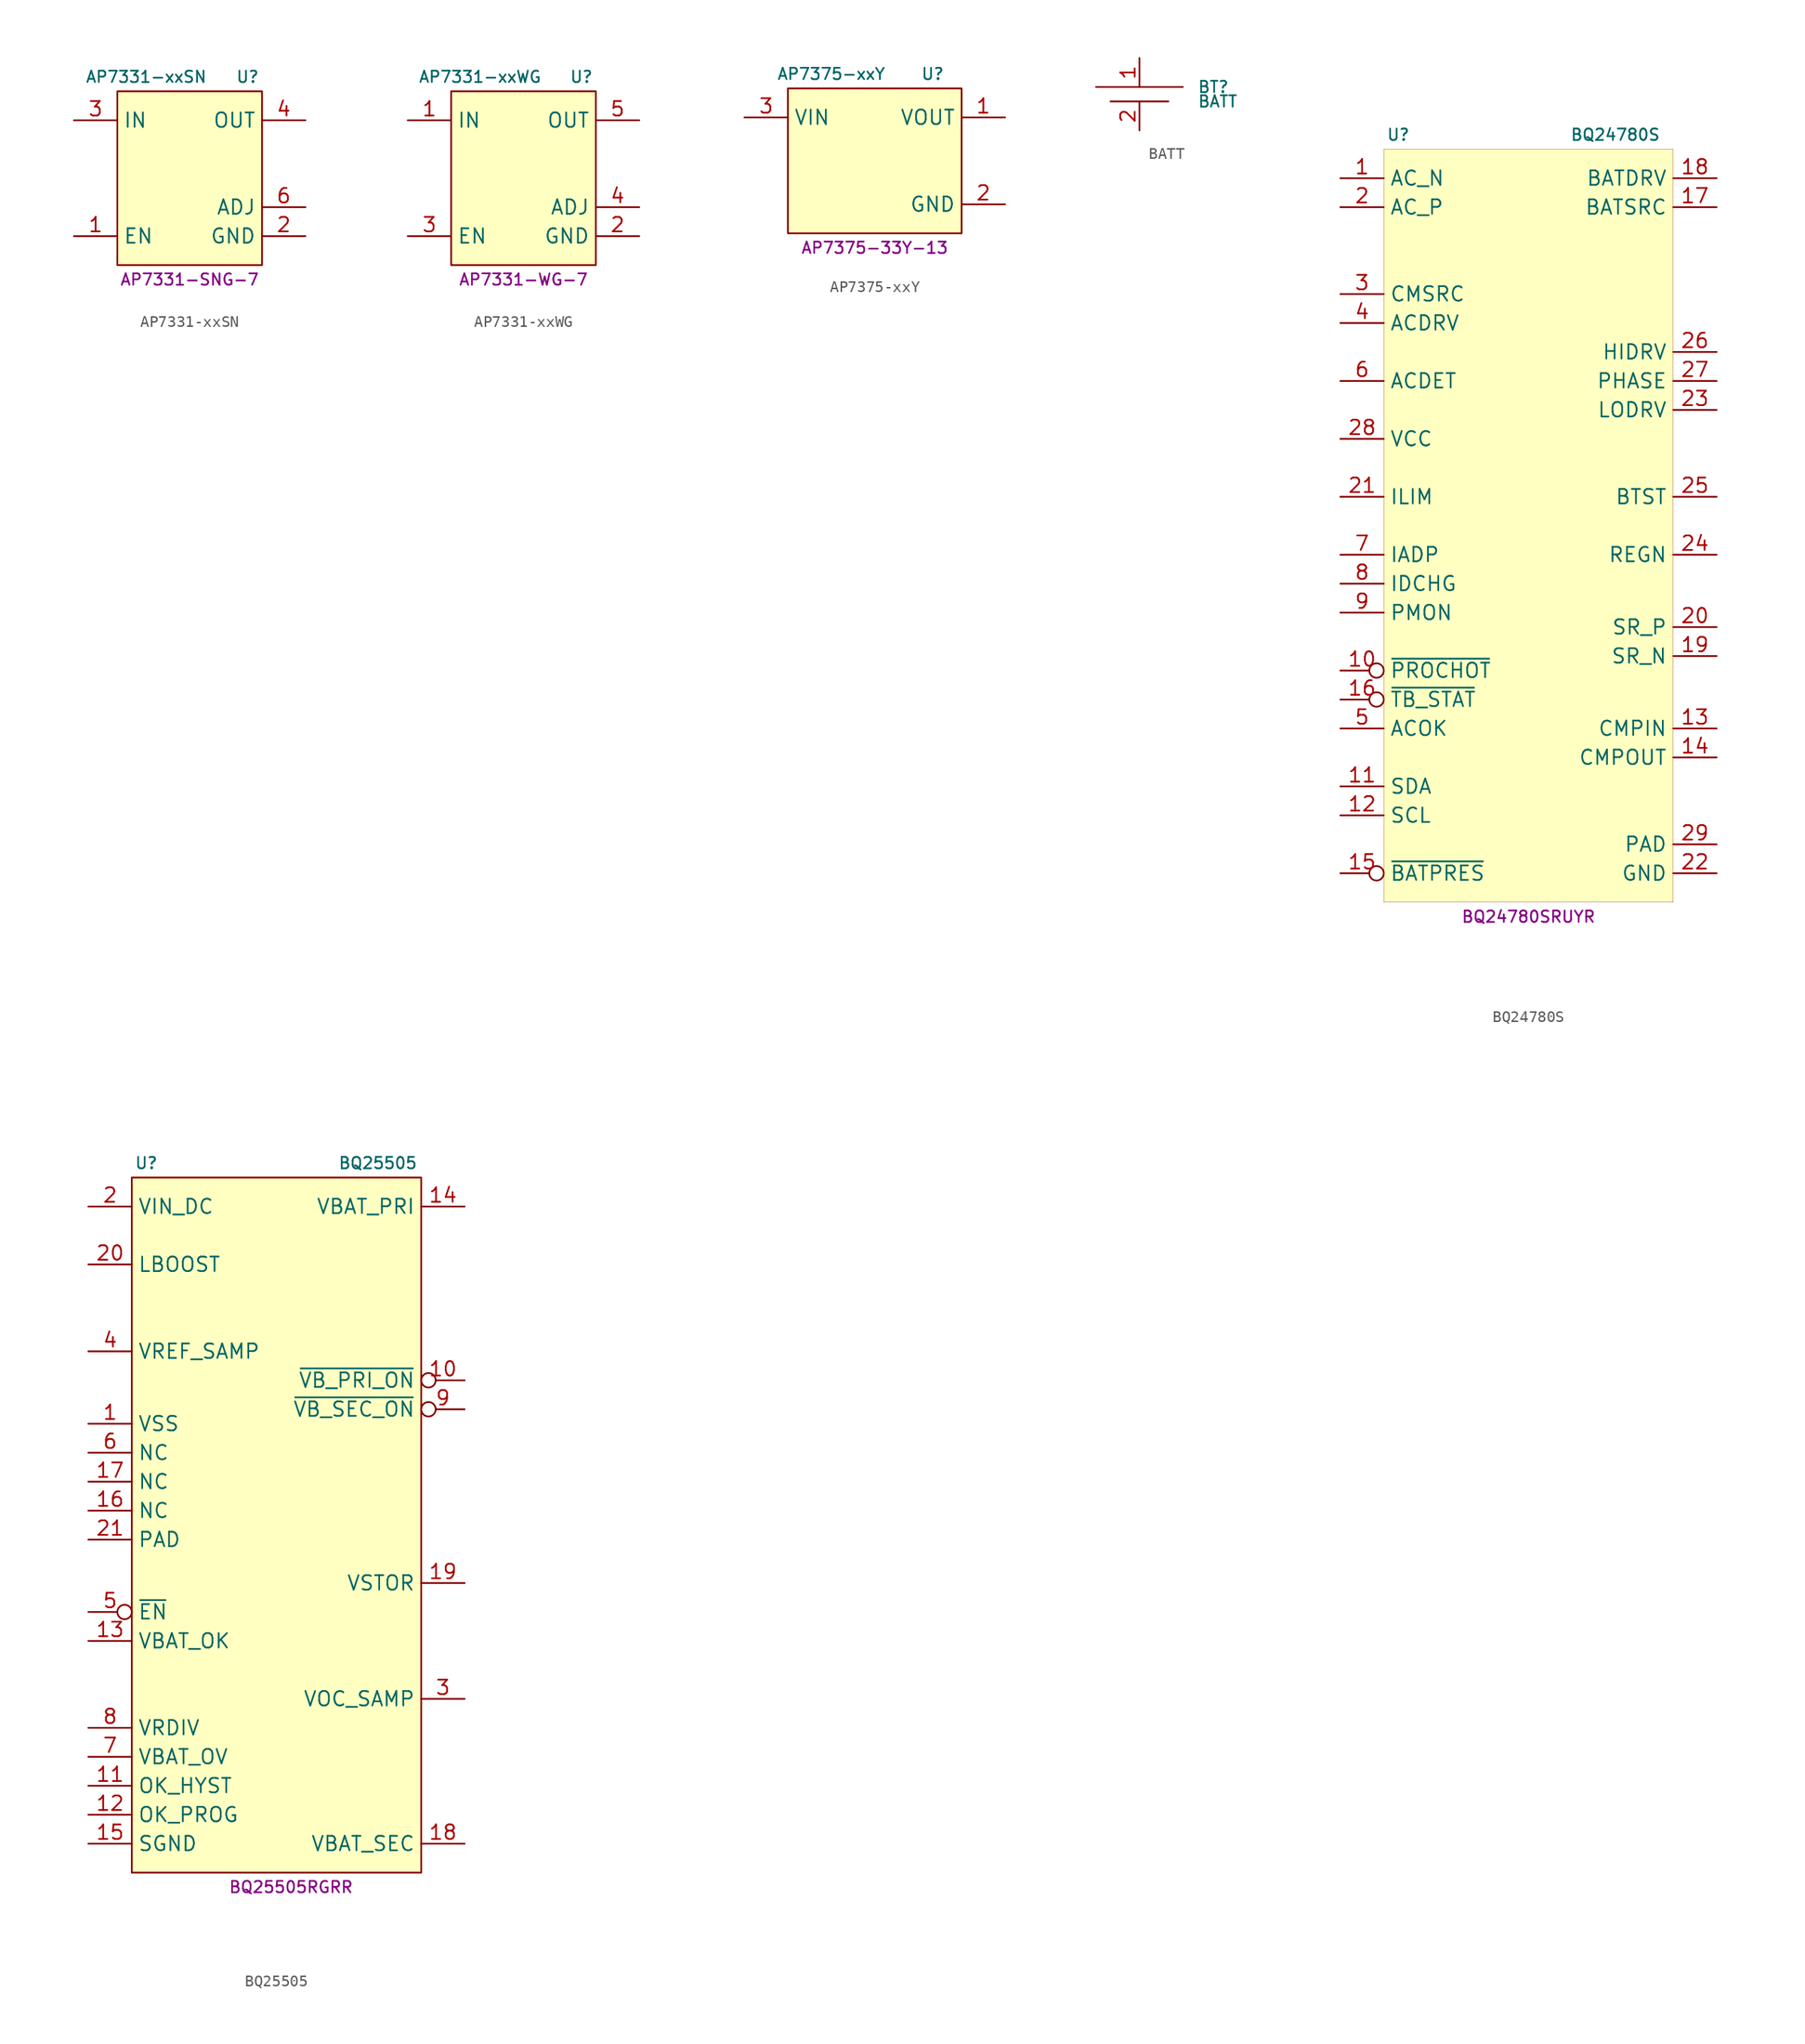
<source format=kicad_sym>
(kicad_symbol_lib
  (version 20231120)
  (generator "kicad_symbol_editor")
  (generator_version "8.0")
  (symbol "AP7331-xxSN"
    (property "Reference" "U"
      (at 5.08 8.89 0)
      (effects (font (size 1 1))))
    (property "Value" "AP7331-xxSN"
      (at -3.81 8.89 0)
      (effects (font (size 1 1))))
    (property "MPN" "AP7331-SNG-7"
      (at 0 -8.89 0)
      (effects (font (size 1 1))))
    (symbol "AP7331-xxSN_1_1"
      (rectangle (start -6.35 7.62) (end 6.35 -7.62) (stroke (width 0) (type default)) (fill (type background)))
      (pin input line (at -10.16 -5.08 0) (length 3.81) (name "EN" (effects (font (size 1.27 1.27)))) (number "1" (effects (font (size 1.27 1.27)))))
      (pin power_in line (at 10.16 -5.08 180) (length 3.81) (name "GND" (effects (font (size 1.27 1.27)))) (number "2" (effects (font (size 1.27 1.27)))))
      (pin power_in line (at -10.16 5.08 0) (length 3.81) (name "IN" (effects (font (size 1.27 1.27)))) (number "3" (effects (font (size 1.27 1.27)))))
      (pin power_out line (at 10.16 5.08 180) (length 3.81) (name "OUT" (effects (font (size 1.27 1.27)))) (number "4" (effects (font (size 1.27 1.27)))))
      (pin input line (at 10.16 -2.54 180) (length 3.81) (name "ADJ" (effects (font (size 1.27 1.27)))) (number "6" (effects (font (size 1.27 1.27)))))))
  (symbol "AP7331-xxWG"
    (property "Reference" "U"
      (at 5.08 8.89 0)
      (effects (font (size 1 1))))
    (property "Value" "AP7331-xxWG"
      (at -3.81 8.89 0)
      (effects (font (size 1 1))))
    (property "MPN" "AP7331-WG-7"
      (at 0 -8.89 0)
      (effects (font (size 1 1))))
    (symbol "AP7331-xxWG_1_1"
      (rectangle (start -6.35 7.62) (end 6.35 -7.62) (stroke (width 0) (type default)) (fill (type background)))
      (pin power_in line (at -10.16 5.08 0) (length 3.81) (name "IN" (effects (font (size 1.27 1.27)))) (number "1" (effects (font (size 1.27 1.27)))))
      (pin power_in line (at 10.16 -5.08 180) (length 3.81) (name "GND" (effects (font (size 1.27 1.27)))) (number "2" (effects (font (size 1.27 1.27)))))
      (pin input line (at -10.16 -5.08 0) (length 3.81) (name "EN" (effects (font (size 1.27 1.27)))) (number "3" (effects (font (size 1.27 1.27)))))
      (pin input line (at 10.16 -2.54 180) (length 3.81) (name "ADJ" (effects (font (size 1.27 1.27)))) (number "4" (effects (font (size 1.27 1.27)))))
      (pin power_out line (at 10.16 5.08 180) (length 3.81) (name "OUT" (effects (font (size 1.27 1.27)))) (number "5" (effects (font (size 1.27 1.27)))))))
  (symbol "AP7375-xxY"
    (property "Reference" "U"
      (at 5.08 7.62 0)
      (effects (font (size 1 1))))
    (property "Value" "AP7375-xxY"
      (at -3.81 7.62 0)
      (effects (font (size 1 1))))
    (property "MPN" "AP7375-33Y-13"
      (at 0 -7.62 0)
      (effects (font (size 1 1))))
    (symbol "AP7375-xxY_1_1"
      (rectangle (start -7.62 6.35) (end 7.62 -6.35) (stroke (width 0) (type default)) (fill (type background)))
      (pin power_out line (at 11.43 3.81 180) (length 3.81) (name "VOUT" (effects (font (size 1.27 1.27)))) (number "1" (effects (font (size 1.27 1.27)))))
      (pin power_in line (at 11.43 -3.81 180) (length 3.81) (name "GND" (effects (font (size 1.27 1.27)))) (number "2" (effects (font (size 1.27 1.27)))))
      (pin power_in line (at -11.43 3.81 0) (length 3.81) (name "VIN" (effects (font (size 1.27 1.27)))) (number "3" (effects (font (size 1.27 1.27)))))))
  (symbol "BATT"
    (property "Reference" "BT"
      (at 5.08 1.27 0)
      (effects (font (size 1 1)) (justify left)))
    (property "Value" "BATT"
      (at 5.08 0 0)
      (effects (font (size 1 1)) (justify left)))
    (symbol "BATT_0_1"
      (polyline (pts (xy -3.81 1.27) (xy 3.81 1.27)) (stroke (width 0) (type default)) (fill (type none)))
      (polyline (pts (xy -2.54 0) (xy 2.54 0)) (stroke (width 0) (type default)) (fill (type none))))
    (symbol "BATT_1_1"
      (pin bidirectional line (at 0 3.81 270) (length 2.54) (name "~" (effects (font (size 1.27 1.27)))) (number "1" (effects (font (size 1.27 1.27)))))
      (pin bidirectional line (at 0 -2.54 90) (length 2.54) (name "~" (effects (font (size 1.27 1.27)))) (number "2" (effects (font (size 1.27 1.27)))))))
  (symbol "BQ24780S"
    (property "Reference" "U"
      (at -11.43 34.29 0)
      (effects (font (size 1 1))))
    (property "Value" "BQ24780S"
      (at 7.62 34.29 0)
      (effects (font (size 1 1))))
    (property "MPN" "BQ24780SRUYR"
      (at 0 -34.29 0)
      (effects (font (size 1 1))))
    (symbol "BQ24780S_0_1"
      (rectangle (start -12.7 33.02) (end 12.7 -33.02) (stroke (width 0.001) (type default)) (fill (type background))))
    (symbol "BQ24780S_1_1"
      (pin passive line (at -16.51 30.48 0) (length 3.81) (name "AC_N" (effects (font (size 1.27 1.27)))) (number "1" (effects (font (size 1.27 1.27)))))
      (pin open_collector inverted (at -16.51 -12.7 0) (length 3.81) (name "~{PROCHOT}" (effects (font (size 1.27 1.27)))) (number "10" (effects (font (size 1.27 1.27)))))
      (pin bidirectional line (at -16.51 -22.86 0) (length 3.81) (name "SDA" (effects (font (size 1.27 1.27)))) (number "11" (effects (font (size 1.27 1.27)))))
      (pin input line (at -16.51 -25.4 0) (length 3.81) (name "SCL" (effects (font (size 1.27 1.27)))) (number "12" (effects (font (size 1.27 1.27)))))
      (pin input line (at 16.51 -17.78 180) (length 3.81) (name "CMPIN" (effects (font (size 1.27 1.27)))) (number "13" (effects (font (size 1.27 1.27)))))
      (pin open_collector line (at 16.51 -20.32 180) (length 3.81) (name "CMPOUT" (effects (font (size 1.27 1.27)))) (number "14" (effects (font (size 1.27 1.27)))))
      (pin input inverted (at -16.51 -30.48 0) (length 3.81) (name "~{BATPRES}" (effects (font (size 1.27 1.27)))) (number "15" (effects (font (size 1.27 1.27)))))
      (pin open_collector inverted (at -16.51 -15.24 0) (length 3.81) (name "~{TB_STAT}" (effects (font (size 1.27 1.27)))) (number "16" (effects (font (size 1.27 1.27)))))
      (pin output line (at 16.51 27.94 180) (length 3.81) (name "BATSRC" (effects (font (size 1.27 1.27)))) (number "17" (effects (font (size 1.27 1.27)))))
      (pin output line (at 16.51 30.48 180) (length 3.81) (name "BATDRV" (effects (font (size 1.27 1.27)))) (number "18" (effects (font (size 1.27 1.27)))))
      (pin passive line (at 16.51 -11.43 180) (length 3.81) (name "SR_N" (effects (font (size 1.27 1.27)))) (number "19" (effects (font (size 1.27 1.27)))))
      (pin passive line (at -16.51 27.94 0) (length 3.81) (name "AC_P" (effects (font (size 1.27 1.27)))) (number "2" (effects (font (size 1.27 1.27)))))
      (pin passive line (at 16.51 -8.89 180) (length 3.81) (name "SR_P" (effects (font (size 1.27 1.27)))) (number "20" (effects (font (size 1.27 1.27)))))
      (pin passive line (at -16.51 2.54 0) (length 3.81) (name "ILIM" (effects (font (size 1.27 1.27)))) (number "21" (effects (font (size 1.27 1.27)))))
      (pin power_in line (at 16.51 -30.48 180) (length 3.81) (name "GND" (effects (font (size 1.27 1.27)))) (number "22" (effects (font (size 1.27 1.27)))))
      (pin output line (at 16.51 10.16 180) (length 3.81) (name "LODRV" (effects (font (size 1.27 1.27)))) (number "23" (effects (font (size 1.27 1.27)))))
      (pin power_out line (at 16.51 -2.54 180) (length 3.81) (name "REGN" (effects (font (size 1.27 1.27)))) (number "24" (effects (font (size 1.27 1.27)))))
      (pin passive line (at 16.51 2.54 180) (length 3.81) (name "BTST" (effects (font (size 1.27 1.27)))) (number "25" (effects (font (size 1.27 1.27)))))
      (pin output line (at 16.51 15.24 180) (length 3.81) (name "HIDRV" (effects (font (size 1.27 1.27)))) (number "26" (effects (font (size 1.27 1.27)))))
      (pin output line (at 16.51 12.7 180) (length 3.81) (name "PHASE" (effects (font (size 1.27 1.27)))) (number "27" (effects (font (size 1.27 1.27)))))
      (pin power_in line (at -16.51 7.62 0) (length 3.81) (name "VCC" (effects (font (size 1.27 1.27)))) (number "28" (effects (font (size 1.27 1.27)))))
      (pin power_in line (at 16.51 -27.94 180) (length 3.81) (name "PAD" (effects (font (size 1.27 1.27)))) (number "29" (effects (font (size 1.27 1.27)))))
      (pin output line (at -16.51 20.32 0) (length 3.81) (name "CMSRC" (effects (font (size 1.27 1.27)))) (number "3" (effects (font (size 1.27 1.27)))))
      (pin output line (at -16.51 17.78 0) (length 3.81) (name "ACDRV" (effects (font (size 1.27 1.27)))) (number "4" (effects (font (size 1.27 1.27)))))
      (pin open_collector line (at -16.51 -17.78 0) (length 3.81) (name "ACOK" (effects (font (size 1.27 1.27)))) (number "5" (effects (font (size 1.27 1.27)))))
      (pin input line (at -16.51 12.7 0) (length 3.81) (name "ACDET" (effects (font (size 1.27 1.27)))) (number "6" (effects (font (size 1.27 1.27)))))
      (pin output line (at -16.51 -2.54 0) (length 3.81) (name "IADP" (effects (font (size 1.27 1.27)))) (number "7" (effects (font (size 1.27 1.27)))))
      (pin output line (at -16.51 -5.08 0) (length 3.81) (name "IDCHG" (effects (font (size 1.27 1.27)))) (number "8" (effects (font (size 1.27 1.27)))))
      (pin output line (at -16.51 -7.62 0) (length 3.81) (name "PMON" (effects (font (size 1.27 1.27)))) (number "9" (effects (font (size 1.27 1.27)))))))
  (symbol "BQ25505"
    (property "Reference" "U"
      (at -11.43 26.67 0)
      (effects (font (size 1 1))))
    (property "Value" "BQ25505"
      (at 8.89 26.67 0)
      (effects (font (size 1 1))))
    (property "MPN" "BQ25505RGRR"
      (at 1.27 -36.83 0)
      (effects (font (size 1 1))))
    (symbol "BQ25505_0_1"
      (rectangle (start -12.7 25.4) (end 12.7 -35.56) (stroke (width 0) (type default)) (fill (type background))))
    (symbol "BQ25505_1_1"
      (pin power_out line (at -16.51 3.81 0) (length 3.81) (name "VSS" (effects (font (size 1.27 1.27)))) (number "1" (effects (font (size 1.27 1.27)))))
      (pin output inverted (at 16.51 7.62 180) (length 3.81) (name "~{VB_PRI_ON}" (effects (font (size 1.27 1.27)))) (number "10" (effects (font (size 1.27 1.27)))))
      (pin input line (at -16.51 -27.94 0) (length 3.81) (name "OK_HYST" (effects (font (size 1.27 1.27)))) (number "11" (effects (font (size 1.27 1.27)))))
      (pin input line (at -16.51 -30.48 0) (length 3.81) (name "OK_PROG" (effects (font (size 1.27 1.27)))) (number "12" (effects (font (size 1.27 1.27)))))
      (pin output line (at -16.51 -15.24 0) (length 3.81) (name "VBAT_OK" (effects (font (size 1.27 1.27)))) (number "13" (effects (font (size 1.27 1.27)))))
      (pin passive line (at 16.51 22.86 180) (length 3.81) (name "VBAT_PRI" (effects (font (size 1.27 1.27)))) (number "14" (effects (font (size 1.27 1.27)))))
      (pin power_out line (at -16.51 -33.02 0) (length 3.81) (name "SGND" (effects (font (size 1.27 1.27)))) (number "15" (effects (font (size 1.27 1.27)))))
      (pin passive line (at -16.51 -3.81 0) (length 3.81) (name "NC" (effects (font (size 1.27 1.27)))) (number "16" (effects (font (size 1.27 1.27)))))
      (pin passive line (at -16.51 -1.27 0) (length 3.81) (name "NC" (effects (font (size 1.27 1.27)))) (number "17" (effects (font (size 1.27 1.27)))))
      (pin power_out line (at 16.51 -33.02 180) (length 3.81) (name "VBAT_SEC" (effects (font (size 1.27 1.27)))) (number "18" (effects (font (size 1.27 1.27)))))
      (pin power_out line (at 16.51 -10.16 180) (length 3.81) (name "VSTOR" (effects (font (size 1.27 1.27)))) (number "19" (effects (font (size 1.27 1.27)))))
      (pin power_in line (at -16.51 22.86 0) (length 3.81) (name "VIN_DC" (effects (font (size 1.27 1.27)))) (number "2" (effects (font (size 1.27 1.27)))))
      (pin power_out line (at -16.51 17.78 0) (length 3.81) (name "LBOOST" (effects (font (size 1.27 1.27)))) (number "20" (effects (font (size 1.27 1.27)))))
      (pin passive line (at -16.51 -6.35 0) (length 3.81) (name "PAD" (effects (font (size 1.27 1.27)))) (number "21" (effects (font (size 1.27 1.27)))))
      (pin passive line (at 16.51 -20.32 180) (length 3.81) (name "VOC_SAMP" (effects (font (size 1.27 1.27)))) (number "3" (effects (font (size 1.27 1.27)))))
      (pin passive line (at -16.51 10.16 0) (length 3.81) (name "VREF_SAMP" (effects (font (size 1.27 1.27)))) (number "4" (effects (font (size 1.27 1.27)))))
      (pin input inverted (at -16.51 -12.7 0) (length 3.81) (name "~{EN}" (effects (font (size 1.27 1.27)))) (number "5" (effects (font (size 1.27 1.27)))))
      (pin passive line (at -16.51 1.27 0) (length 3.81) (name "NC" (effects (font (size 1.27 1.27)))) (number "6" (effects (font (size 1.27 1.27)))))
      (pin passive line (at -16.51 -25.4 0) (length 3.81) (name "VBAT_OV" (effects (font (size 1.27 1.27)))) (number "7" (effects (font (size 1.27 1.27)))))
      (pin output line (at -16.51 -22.86 0) (length 3.81) (name "VRDIV" (effects (font (size 1.27 1.27)))) (number "8" (effects (font (size 1.27 1.27)))))
      (pin output inverted (at 16.51 5.08 180) (length 3.81) (name "~{VB_SEC_ON}" (effects (font (size 1.27 1.27)))) (number "9" (effects (font (size 1.27 1.27))))))))
</source>
